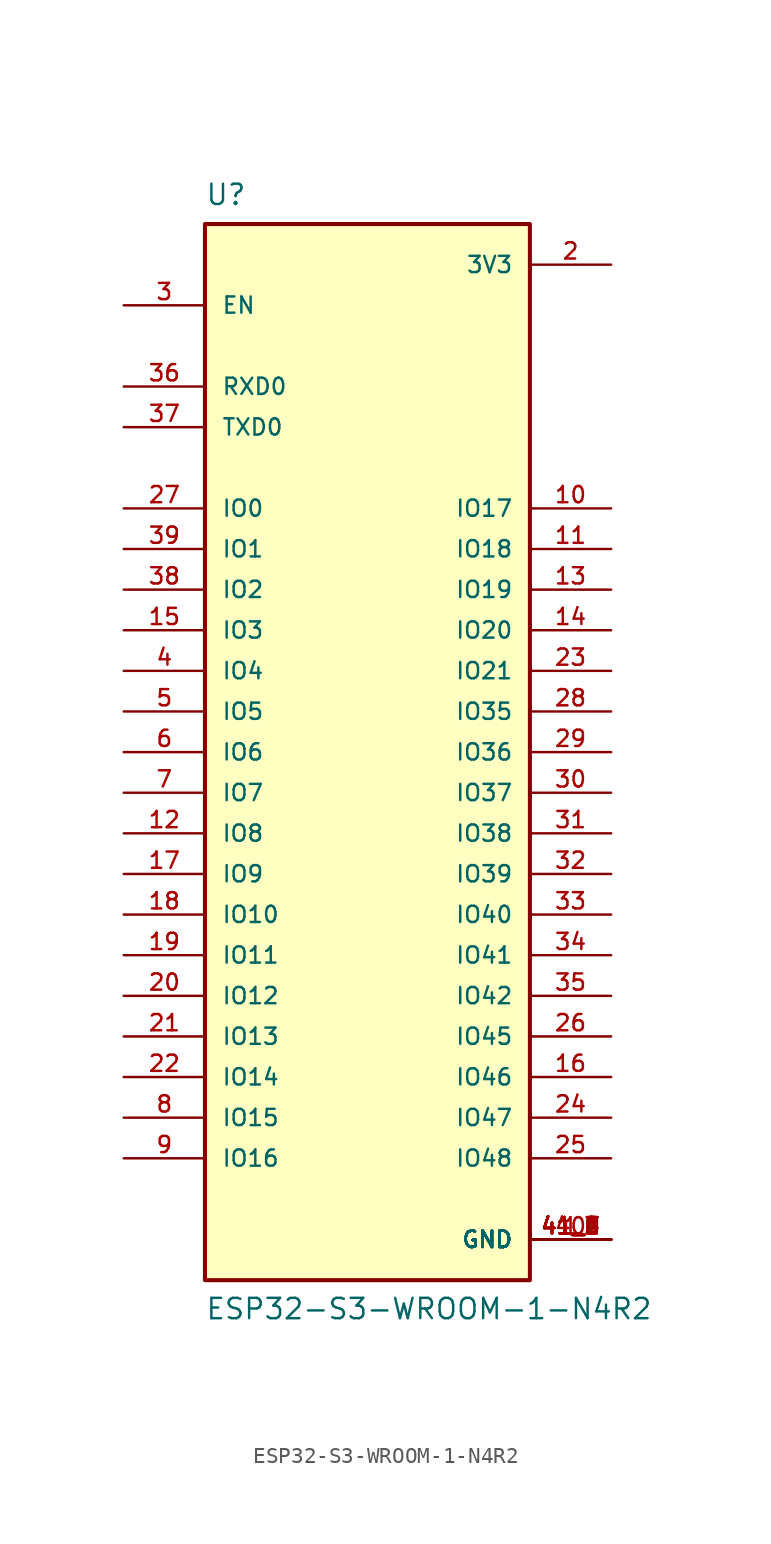
<source format=kicad_sym>
(kicad_symbol_lib
  (version 20220914)
  (generator kicad_symbol_editor)
  (symbol "ESP32-S3-WROOM-1-N4R2"
    (pin_names
      (offset 1.016))
    (property "Reference" "U"
      (at -10.16 34.112 0)
      (effects (font (size 1.27 1.27)) (justify left bottom)))
    (property "Value" "ESP32-S3-WROOM-1-N4R2"
      (at -10.16 -35.56 0)
      (effects (font (size 1.27 1.27)) (justify left bottom)))
    (symbol "ESP32-S3-WROOM-1-N4R2_0_0"
      (rectangle (start -10.16 -33.02) (end 10.16 33.02) (stroke (width 0.254) (type default)) (fill (type background)))
      (pin power_in line (at 15.24 -30.48 180) (length 5.08) (name "GND" (effects (font (size 1.016 1.016)))) (number "1" (effects (font (size 1.016 1.016)))))
      (pin bidirectional line (at 15.24 15.24 180) (length 5.08) (name "IO17" (effects (font (size 1.016 1.016)))) (number "10" (effects (font (size 1.016 1.016)))))
      (pin bidirectional line (at 15.24 12.7 180) (length 5.08) (name "IO18" (effects (font (size 1.016 1.016)))) (number "11" (effects (font (size 1.016 1.016)))))
      (pin bidirectional line (at -15.24 -5.08 0) (length 5.08) (name "IO8" (effects (font (size 1.016 1.016)))) (number "12" (effects (font (size 1.016 1.016)))))
      (pin bidirectional line (at 15.24 10.16 180) (length 5.08) (name "IO19" (effects (font (size 1.016 1.016)))) (number "13" (effects (font (size 1.016 1.016)))))
      (pin bidirectional line (at 15.24 7.62 180) (length 5.08) (name "IO20" (effects (font (size 1.016 1.016)))) (number "14" (effects (font (size 1.016 1.016)))))
      (pin bidirectional line (at -15.24 7.62 0) (length 5.08) (name "IO3" (effects (font (size 1.016 1.016)))) (number "15" (effects (font (size 1.016 1.016)))))
      (pin bidirectional line (at 15.24 -20.32 180) (length 5.08) (name "IO46" (effects (font (size 1.016 1.016)))) (number "16" (effects (font (size 1.016 1.016)))))
      (pin bidirectional line (at -15.24 -7.62 0) (length 5.08) (name "IO9" (effects (font (size 1.016 1.016)))) (number "17" (effects (font (size 1.016 1.016)))))
      (pin bidirectional line (at -15.24 -10.16 0) (length 5.08) (name "IO10" (effects (font (size 1.016 1.016)))) (number "18" (effects (font (size 1.016 1.016)))))
      (pin bidirectional line (at -15.24 -12.7 0) (length 5.08) (name "IO11" (effects (font (size 1.016 1.016)))) (number "19" (effects (font (size 1.016 1.016)))))
      (pin power_in line (at 15.24 30.48 180) (length 5.08) (name "3V3" (effects (font (size 1.016 1.016)))) (number "2" (effects (font (size 1.016 1.016)))))
      (pin bidirectional line (at -15.24 -15.24 0) (length 5.08) (name "IO12" (effects (font (size 1.016 1.016)))) (number "20" (effects (font (size 1.016 1.016)))))
      (pin bidirectional line (at -15.24 -17.78 0) (length 5.08) (name "IO13" (effects (font (size 1.016 1.016)))) (number "21" (effects (font (size 1.016 1.016)))))
      (pin bidirectional line (at -15.24 -20.32 0) (length 5.08) (name "IO14" (effects (font (size 1.016 1.016)))) (number "22" (effects (font (size 1.016 1.016)))))
      (pin bidirectional line (at 15.24 5.08 180) (length 5.08) (name "IO21" (effects (font (size 1.016 1.016)))) (number "23" (effects (font (size 1.016 1.016)))))
      (pin bidirectional line (at 15.24 -22.86 180) (length 5.08) (name "IO47" (effects (font (size 1.016 1.016)))) (number "24" (effects (font (size 1.016 1.016)))))
      (pin bidirectional line (at 15.24 -25.4 180) (length 5.08) (name "IO48" (effects (font (size 1.016 1.016)))) (number "25" (effects (font (size 1.016 1.016)))))
      (pin bidirectional line (at 15.24 -17.78 180) (length 5.08) (name "IO45" (effects (font (size 1.016 1.016)))) (number "26" (effects (font (size 1.016 1.016)))))
      (pin bidirectional line (at -15.24 15.24 0) (length 5.08) (name "IO0" (effects (font (size 1.016 1.016)))) (number "27" (effects (font (size 1.016 1.016)))))
      (pin bidirectional line (at 15.24 2.54 180) (length 5.08) (name "IO35" (effects (font (size 1.016 1.016)))) (number "28" (effects (font (size 1.016 1.016)))))
      (pin bidirectional line (at 15.24 0 180) (length 5.08) (name "IO36" (effects (font (size 1.016 1.016)))) (number "29" (effects (font (size 1.016 1.016)))))
      (pin input line (at -15.24 27.94 0) (length 5.08) (name "EN" (effects (font (size 1.016 1.016)))) (number "3" (effects (font (size 1.016 1.016)))))
      (pin bidirectional line (at 15.24 -2.54 180) (length 5.08) (name "IO37" (effects (font (size 1.016 1.016)))) (number "30" (effects (font (size 1.016 1.016)))))
      (pin bidirectional line (at 15.24 -5.08 180) (length 5.08) (name "IO38" (effects (font (size 1.016 1.016)))) (number "31" (effects (font (size 1.016 1.016)))))
      (pin bidirectional line (at 15.24 -7.62 180) (length 5.08) (name "IO39" (effects (font (size 1.016 1.016)))) (number "32" (effects (font (size 1.016 1.016)))))
      (pin bidirectional line (at 15.24 -10.16 180) (length 5.08) (name "IO40" (effects (font (size 1.016 1.016)))) (number "33" (effects (font (size 1.016 1.016)))))
      (pin bidirectional line (at 15.24 -12.7 180) (length 5.08) (name "IO41" (effects (font (size 1.016 1.016)))) (number "34" (effects (font (size 1.016 1.016)))))
      (pin bidirectional line (at 15.24 -15.24 180) (length 5.08) (name "IO42" (effects (font (size 1.016 1.016)))) (number "35" (effects (font (size 1.016 1.016)))))
      (pin bidirectional line (at -15.24 22.86 0) (length 5.08) (name "RXD0" (effects (font (size 1.016 1.016)))) (number "36" (effects (font (size 1.016 1.016)))))
      (pin bidirectional line (at -15.24 20.32 0) (length 5.08) (name "TXD0" (effects (font (size 1.016 1.016)))) (number "37" (effects (font (size 1.016 1.016)))))
      (pin bidirectional line (at -15.24 10.16 0) (length 5.08) (name "IO2" (effects (font (size 1.016 1.016)))) (number "38" (effects (font (size 1.016 1.016)))))
      (pin bidirectional line (at -15.24 12.7 0) (length 5.08) (name "IO1" (effects (font (size 1.016 1.016)))) (number "39" (effects (font (size 1.016 1.016)))))
      (pin bidirectional line (at -15.24 5.08 0) (length 5.08) (name "IO4" (effects (font (size 1.016 1.016)))) (number "4" (effects (font (size 1.016 1.016)))))
      (pin power_in line (at 15.24 -30.48 180) (length 5.08) (name "GND" (effects (font (size 1.016 1.016)))) (number "40" (effects (font (size 1.016 1.016)))))
      (pin power_in line (at 15.24 -30.48 180) (length 5.08) (name "GND" (effects (font (size 1.016 1.016)))) (number "41_1" (effects (font (size 1.016 1.016)))))
      (pin power_in line (at 15.24 -30.48 180) (length 5.08) (name "GND" (effects (font (size 1.016 1.016)))) (number "41_2" (effects (font (size 1.016 1.016)))))
      (pin power_in line (at 15.24 -30.48 180) (length 5.08) (name "GND" (effects (font (size 1.016 1.016)))) (number "41_3" (effects (font (size 1.016 1.016)))))
      (pin power_in line (at 15.24 -30.48 180) (length 5.08) (name "GND" (effects (font (size 1.016 1.016)))) (number "41_4" (effects (font (size 1.016 1.016)))))
      (pin power_in line (at 15.24 -30.48 180) (length 5.08) (name "GND" (effects (font (size 1.016 1.016)))) (number "41_5" (effects (font (size 1.016 1.016)))))
      (pin power_in line (at 15.24 -30.48 180) (length 5.08) (name "GND" (effects (font (size 1.016 1.016)))) (number "41_6" (effects (font (size 1.016 1.016)))))
      (pin power_in line (at 15.24 -30.48 180) (length 5.08) (name "GND" (effects (font (size 1.016 1.016)))) (number "41_7" (effects (font (size 1.016 1.016)))))
      (pin power_in line (at 15.24 -30.48 180) (length 5.08) (name "GND" (effects (font (size 1.016 1.016)))) (number "41_8" (effects (font (size 1.016 1.016)))))
      (pin power_in line (at 15.24 -30.48 180) (length 5.08) (name "GND" (effects (font (size 1.016 1.016)))) (number "41_9" (effects (font (size 1.016 1.016)))))
      (pin bidirectional line (at -15.24 2.54 0) (length 5.08) (name "IO5" (effects (font (size 1.016 1.016)))) (number "5" (effects (font (size 1.016 1.016)))))
      (pin bidirectional line (at -15.24 0 0) (length 5.08) (name "IO6" (effects (font (size 1.016 1.016)))) (number "6" (effects (font (size 1.016 1.016)))))
      (pin bidirectional line (at -15.24 -2.54 0) (length 5.08) (name "IO7" (effects (font (size 1.016 1.016)))) (number "7" (effects (font (size 1.016 1.016)))))
      (pin bidirectional line (at -15.24 -22.86 0) (length 5.08) (name "IO15" (effects (font (size 1.016 1.016)))) (number "8" (effects (font (size 1.016 1.016)))))
      (pin bidirectional line (at -15.24 -25.4 0) (length 5.08) (name "IO16" (effects (font (size 1.016 1.016)))) (number "9" (effects (font (size 1.016 1.016))))))))
</source>
